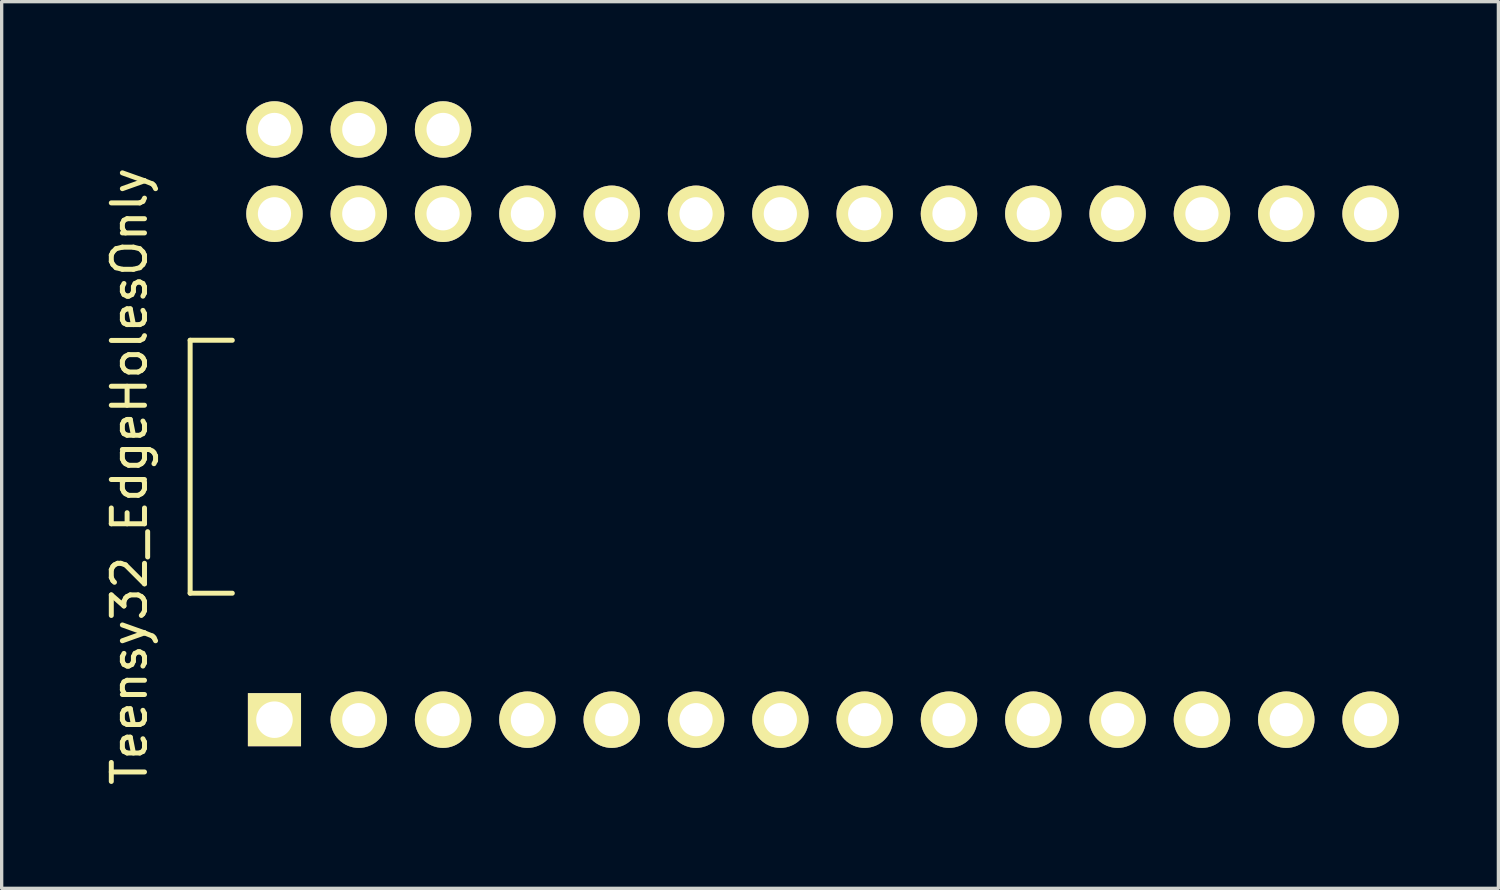
<source format=kicad_pcb>
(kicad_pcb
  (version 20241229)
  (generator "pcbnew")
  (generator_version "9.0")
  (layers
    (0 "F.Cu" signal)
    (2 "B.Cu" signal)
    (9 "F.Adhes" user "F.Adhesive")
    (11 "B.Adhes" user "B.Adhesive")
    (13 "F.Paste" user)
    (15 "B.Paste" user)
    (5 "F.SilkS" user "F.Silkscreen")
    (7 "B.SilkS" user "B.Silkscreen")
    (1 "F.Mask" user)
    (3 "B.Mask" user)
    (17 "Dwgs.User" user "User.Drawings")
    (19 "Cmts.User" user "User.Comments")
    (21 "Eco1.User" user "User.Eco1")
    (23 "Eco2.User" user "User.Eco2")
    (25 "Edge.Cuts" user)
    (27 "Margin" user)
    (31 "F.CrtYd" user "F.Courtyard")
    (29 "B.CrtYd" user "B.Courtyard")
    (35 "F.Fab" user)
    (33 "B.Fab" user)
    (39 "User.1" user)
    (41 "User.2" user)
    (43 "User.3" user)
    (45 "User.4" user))
  (footprint "Teensy32_EdgeHolesOnly"
    (layer "F.Cu")
    (at 21.728 11.01)
    (property "Reference" "Teensy32_EdgeHolesOnly" (at -20.88 0.29 90) (layer "F.SilkS") (effects (font (size 1 1) (thickness 0.15))))
    (attr through_hole)
    (fp_line (start -19.05 -3.81) (end -17.78 -3.81) (stroke (width 0.15) (type solid)) (layer "F.SilkS"))
    (fp_line (start -19.05 3.81) (end -19.05 -3.81) (stroke (width 0.15) (type solid)) (layer "F.SilkS"))
    (fp_line (start -17.78 3.81) (end -19.05 3.81) (stroke (width 0.15) (type solid)) (layer "F.SilkS"))
    (pad "1" thru_hole rect (at -16.51 7.62) (size 1.6 1.6) (drill 1.1) (layers "*.Cu" "*.Mask" "F.SilkS"))
    (pad "2" thru_hole circle (at -13.97 7.62) (size 1.7 1.7) (drill 1) (layers "*.Cu" "*.Mask" "F.SilkS"))
    (pad "3" thru_hole circle (at -11.43 7.62) (size 1.7 1.7) (drill 1) (layers "*.Cu" "*.Mask" "F.SilkS"))
    (pad "4" thru_hole circle (at -8.89 7.62) (size 1.7 1.7) (drill 1) (layers "*.Cu" "*.Mask" "F.SilkS"))
    (pad "5" thru_hole circle (at -6.35 7.62) (size 1.7 1.7) (drill 1) (layers "*.Cu" "*.Mask" "F.SilkS"))
    (pad "6" thru_hole circle (at -3.81 7.62) (size 1.7 1.7) (drill 1) (layers "*.Cu" "*.Mask" "F.SilkS"))
    (pad "7" thru_hole circle (at -1.27 7.62) (size 1.7 1.7) (drill 1) (layers "*.Cu" "*.Mask" "F.SilkS"))
    (pad "8" thru_hole circle (at 1.27 7.62) (size 1.7 1.7) (drill 1) (layers "*.Cu" "*.Mask" "F.SilkS"))
    (pad "9" thru_hole circle (at 3.81 7.62) (size 1.7 1.7) (drill 1) (layers "*.Cu" "*.Mask" "F.SilkS"))
    (pad "10" thru_hole circle (at 6.35 7.62) (size 1.7 1.7) (drill 1) (layers "*.Cu" "*.Mask" "F.SilkS"))
    (pad "11" thru_hole circle (at 8.89 7.62) (size 1.7 1.7) (drill 1) (layers "*.Cu" "*.Mask" "F.SilkS"))
    (pad "12" thru_hole circle (at 11.43 7.62) (size 1.7 1.7) (drill 1) (layers "*.Cu" "*.Mask" "F.SilkS"))
    (pad "13" thru_hole circle (at 13.97 7.62) (size 1.7 1.7) (drill 1) (layers "*.Cu" "*.Mask" "F.SilkS"))
    (pad "14" thru_hole circle (at 16.51 7.62) (size 1.7 1.7) (drill 1) (layers "*.Cu" "*.Mask" "F.SilkS"))
    (pad "20" thru_hole circle (at 16.51 -7.62) (size 1.7 1.7) (drill 1) (layers "*.Cu" "*.Mask" "F.SilkS"))
    (pad "21" thru_hole circle (at 13.97 -7.62) (size 1.7 1.7) (drill 1) (layers "*.Cu" "*.Mask" "F.SilkS"))
    (pad "22" thru_hole circle (at 11.43 -7.62) (size 1.7 1.7) (drill 1) (layers "*.Cu" "*.Mask" "F.SilkS"))
    (pad "23" thru_hole circle (at 8.89 -7.62) (size 1.7 1.7) (drill 1) (layers "*.Cu" "*.Mask" "F.SilkS"))
    (pad "24" thru_hole circle (at 6.35 -7.62) (size 1.7 1.7) (drill 1) (layers "*.Cu" "*.Mask" "F.SilkS"))
    (pad "25" thru_hole circle (at 3.81 -7.62) (size 1.7 1.7) (drill 1) (layers "*.Cu" "*.Mask" "F.SilkS"))
    (pad "26" thru_hole circle (at 1.27 -7.62) (size 1.7 1.7) (drill 1) (layers "*.Cu" "*.Mask" "F.SilkS"))
    (pad "27" thru_hole circle (at -1.27 -7.62) (size 1.7 1.7) (drill 1) (layers "*.Cu" "*.Mask" "F.SilkS"))
    (pad "28" thru_hole circle (at -3.81 -7.62) (size 1.7 1.7) (drill 1) (layers "*.Cu" "*.Mask" "F.SilkS"))
    (pad "29" thru_hole circle (at -6.35 -7.62) (size 1.7 1.7) (drill 1) (layers "*.Cu" "*.Mask" "F.SilkS"))
    (pad "30" thru_hole circle (at -8.89 -7.62) (size 1.7 1.7) (drill 1) (layers "*.Cu" "*.Mask" "F.SilkS"))
    (pad "31" thru_hole circle (at -11.43 -10.16) (size 1.7 1.7) (drill 1) (layers "*.Cu" "*.Mask" "F.SilkS"))
    (pad "31" thru_hole circle (at -11.43 -7.62) (size 1.7 1.7) (drill 1) (layers "*.Cu" "*.Mask" "F.SilkS"))
    (pad "32" thru_hole circle (at -13.97 -10.16) (size 1.7 1.7) (drill 1) (layers "*.Cu" "*.Mask" "F.SilkS"))
    (pad "32" thru_hole circle (at -13.97 -7.62) (size 1.7 1.7) (drill 1) (layers "*.Cu" "*.Mask" "F.SilkS"))
    (pad "33" thru_hole circle (at -16.51 -10.16) (size 1.7 1.7) (drill 1) (layers "*.Cu" "*.Mask" "F.SilkS"))
    (pad "33" thru_hole circle (at -16.51 -7.62) (size 1.7 1.7) (drill 1) (layers "*.Cu" "*.Mask" "F.SilkS")))
  (gr_rect
    (start -3 -3)
    (end 42.088 23.711)
    (stroke (width 0.1) (type default))
    (fill no)
    (layer "Edge.Cuts")))
</source>
